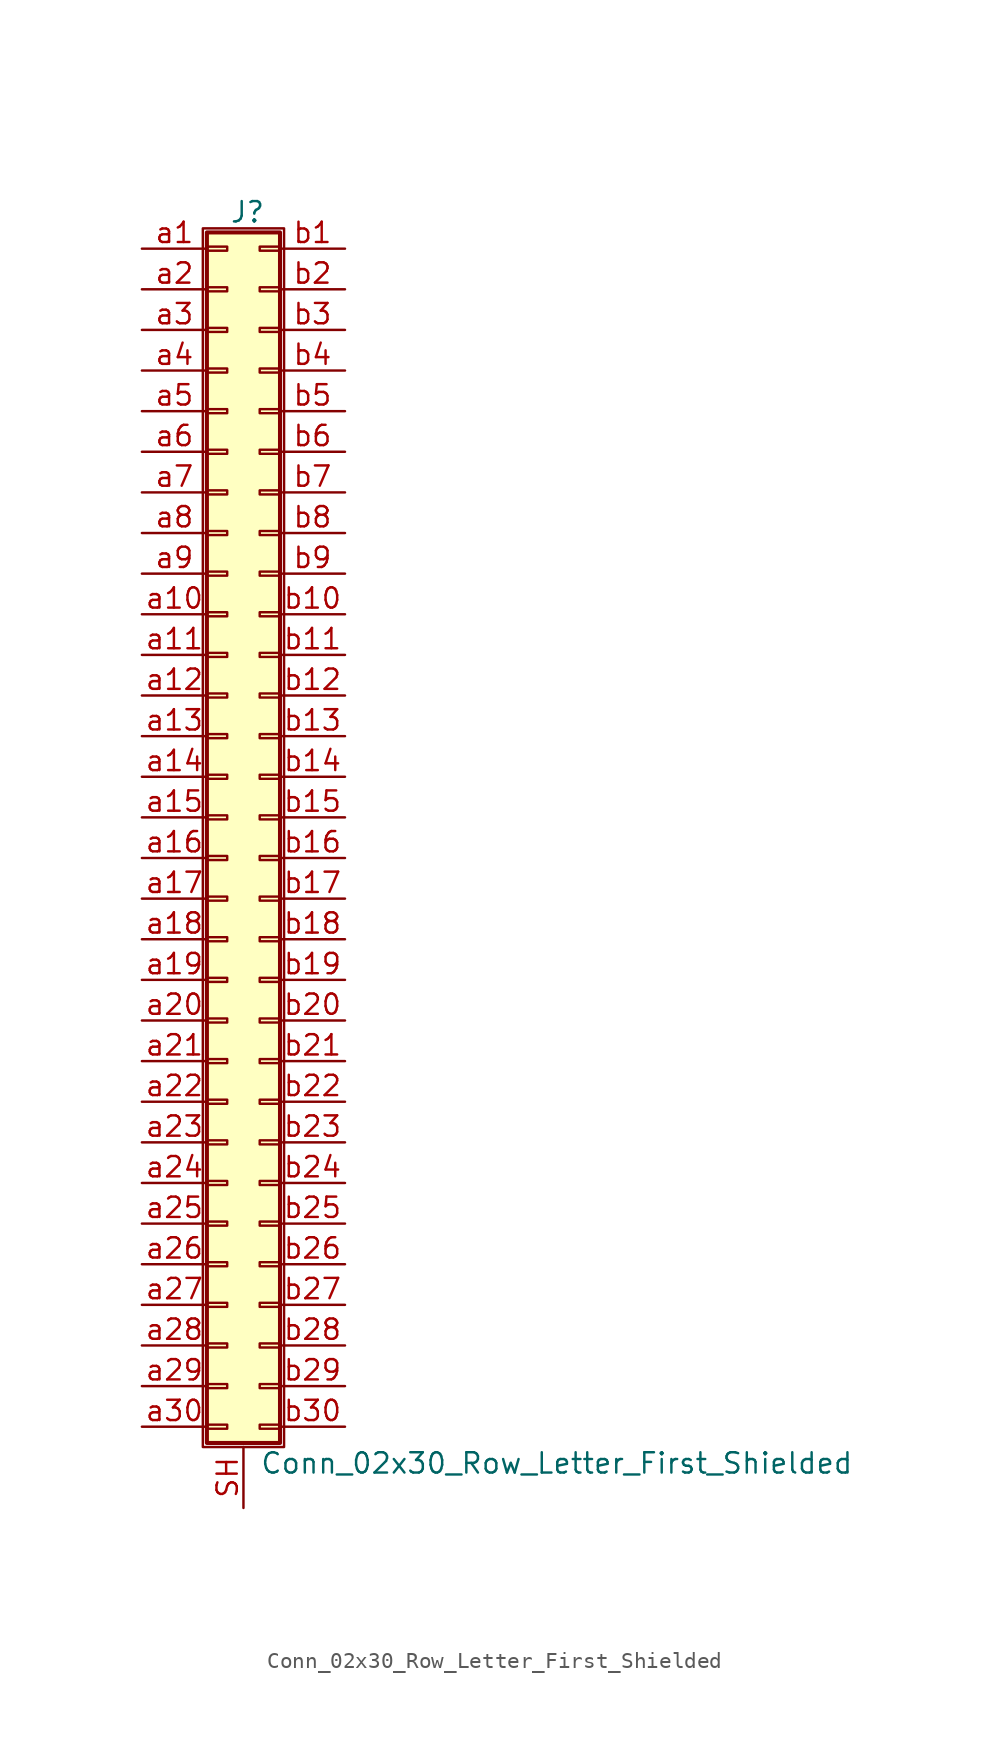
<source format=kicad_sym>
(kicad_symbol_lib
  (version 20201005)
  (generator kicad_symbol_editor)
  (symbol "Conn_02x30_Row_Letter_First_Shielded"
    (pin_names
      (offset 1.016) hide)
    (property "Reference" "J"
      (at 1.524 37.846 0)
      (effects (font (size 1.27 1.27))))
    (property "Value" "Conn_02x30_Row_Letter_First_Shielded"
      (at 2.286 -40.386 0)
      (effects (font (size 1.27 1.27)) (justify left)))
    (symbol "Conn_02x30_Row_Letter_First_Shielded_1_1"
      (rectangle (start -1.27 36.83) (end 3.81 -39.37) (stroke (width 0.152)) (fill (type none)))
      (rectangle (start -1.016 -37.973) (end 0.254 -38.227) (stroke (width 0.152)) (fill (type none)))
      (rectangle (start -1.016 -35.433) (end 0.254 -35.687) (stroke (width 0.152)) (fill (type none)))
      (rectangle (start -1.016 -32.893) (end 0.254 -33.147) (stroke (width 0.152)) (fill (type none)))
      (rectangle (start -1.016 -30.353) (end 0.254 -30.607) (stroke (width 0.152)) (fill (type none)))
      (rectangle (start -1.016 -27.813) (end 0.254 -28.067) (stroke (width 0.152)) (fill (type none)))
      (rectangle (start -1.016 -25.273) (end 0.254 -25.527) (stroke (width 0.152)) (fill (type none)))
      (rectangle (start -1.016 -22.733) (end 0.254 -22.987) (stroke (width 0.152)) (fill (type none)))
      (rectangle (start -1.016 -20.193) (end 0.254 -20.447) (stroke (width 0.152)) (fill (type none)))
      (rectangle (start -1.016 -17.653) (end 0.254 -17.907) (stroke (width 0.152)) (fill (type none)))
      (rectangle (start -1.016 -15.113) (end 0.254 -15.367) (stroke (width 0.152)) (fill (type none)))
      (rectangle (start -1.016 -12.573) (end 0.254 -12.827) (stroke (width 0.152)) (fill (type none)))
      (rectangle (start -1.016 -10.033) (end 0.254 -10.287) (stroke (width 0.152)) (fill (type none)))
      (rectangle (start -1.016 -7.493) (end 0.254 -7.747) (stroke (width 0.152)) (fill (type none)))
      (rectangle (start -1.016 -4.953) (end 0.254 -5.207) (stroke (width 0.152)) (fill (type none)))
      (rectangle (start -1.016 -2.413) (end 0.254 -2.667) (stroke (width 0.152)) (fill (type none)))
      (rectangle (start -1.016 0.127) (end 0.254 -0.127) (stroke (width 0.152)) (fill (type none)))
      (rectangle (start -1.016 2.667) (end 0.254 2.413) (stroke (width 0.152)) (fill (type none)))
      (rectangle (start -1.016 5.207) (end 0.254 4.953) (stroke (width 0.152)) (fill (type none)))
      (rectangle (start -1.016 7.747) (end 0.254 7.493) (stroke (width 0.152)) (fill (type none)))
      (rectangle (start -1.016 10.287) (end 0.254 10.033) (stroke (width 0.152)) (fill (type none)))
      (rectangle (start -1.016 12.827) (end 0.254 12.573) (stroke (width 0.152)) (fill (type none)))
      (rectangle (start -1.016 15.367) (end 0.254 15.113) (stroke (width 0.152)) (fill (type none)))
      (rectangle (start -1.016 17.907) (end 0.254 17.653) (stroke (width 0.152)) (fill (type none)))
      (rectangle (start -1.016 20.447) (end 0.254 20.193) (stroke (width 0.152)) (fill (type none)))
      (rectangle (start -1.016 22.987) (end 0.254 22.733) (stroke (width 0.152)) (fill (type none)))
      (rectangle (start -1.016 25.527) (end 0.254 25.273) (stroke (width 0.152)) (fill (type none)))
      (rectangle (start -1.016 28.067) (end 0.254 27.813) (stroke (width 0.152)) (fill (type none)))
      (rectangle (start -1.016 30.607) (end 0.254 30.353) (stroke (width 0.152)) (fill (type none)))
      (rectangle (start -1.016 33.147) (end 0.254 32.893) (stroke (width 0.152)) (fill (type none)))
      (rectangle (start -1.016 35.687) (end 0.254 35.433) (stroke (width 0.152)) (fill (type none)))
      (rectangle (start -1.016 36.576) (end 3.556 -39.116) (stroke (width 0.254)) (fill (type background)))
      (rectangle (start 3.556 -37.973) (end 2.286 -38.227) (stroke (width 0.152)) (fill (type none)))
      (rectangle (start 3.556 -35.433) (end 2.286 -35.687) (stroke (width 0.152)) (fill (type none)))
      (rectangle (start 3.556 -32.893) (end 2.286 -33.147) (stroke (width 0.152)) (fill (type none)))
      (rectangle (start 3.556 -30.353) (end 2.286 -30.607) (stroke (width 0.152)) (fill (type none)))
      (rectangle (start 3.556 -27.813) (end 2.286 -28.067) (stroke (width 0.152)) (fill (type none)))
      (rectangle (start 3.556 -25.273) (end 2.286 -25.527) (stroke (width 0.152)) (fill (type none)))
      (rectangle (start 3.556 -22.733) (end 2.286 -22.987) (stroke (width 0.152)) (fill (type none)))
      (rectangle (start 3.556 -20.193) (end 2.286 -20.447) (stroke (width 0.152)) (fill (type none)))
      (rectangle (start 3.556 -17.653) (end 2.286 -17.907) (stroke (width 0.152)) (fill (type none)))
      (rectangle (start 3.556 -15.113) (end 2.286 -15.367) (stroke (width 0.152)) (fill (type none)))
      (rectangle (start 3.556 -12.573) (end 2.286 -12.827) (stroke (width 0.152)) (fill (type none)))
      (rectangle (start 3.556 -10.033) (end 2.286 -10.287) (stroke (width 0.152)) (fill (type none)))
      (rectangle (start 3.556 -7.493) (end 2.286 -7.747) (stroke (width 0.152)) (fill (type none)))
      (rectangle (start 3.556 -4.953) (end 2.286 -5.207) (stroke (width 0.152)) (fill (type none)))
      (rectangle (start 3.556 -2.413) (end 2.286 -2.667) (stroke (width 0.152)) (fill (type none)))
      (rectangle (start 3.556 0.127) (end 2.286 -0.127) (stroke (width 0.152)) (fill (type none)))
      (rectangle (start 3.556 2.667) (end 2.286 2.413) (stroke (width 0.152)) (fill (type none)))
      (rectangle (start 3.556 5.207) (end 2.286 4.953) (stroke (width 0.152)) (fill (type none)))
      (rectangle (start 3.556 7.747) (end 2.286 7.493) (stroke (width 0.152)) (fill (type none)))
      (rectangle (start 3.556 10.287) (end 2.286 10.033) (stroke (width 0.152)) (fill (type none)))
      (rectangle (start 3.556 12.827) (end 2.286 12.573) (stroke (width 0.152)) (fill (type none)))
      (rectangle (start 3.556 15.367) (end 2.286 15.113) (stroke (width 0.152)) (fill (type none)))
      (rectangle (start 3.556 17.907) (end 2.286 17.653) (stroke (width 0.152)) (fill (type none)))
      (rectangle (start 3.556 20.447) (end 2.286 20.193) (stroke (width 0.152)) (fill (type none)))
      (rectangle (start 3.556 22.987) (end 2.286 22.733) (stroke (width 0.152)) (fill (type none)))
      (rectangle (start 3.556 25.527) (end 2.286 25.273) (stroke (width 0.152)) (fill (type none)))
      (rectangle (start 3.556 28.067) (end 2.286 27.813) (stroke (width 0.152)) (fill (type none)))
      (rectangle (start 3.556 30.607) (end 2.286 30.353) (stroke (width 0.152)) (fill (type none)))
      (rectangle (start 3.556 33.147) (end 2.286 32.893) (stroke (width 0.152)) (fill (type none)))
      (rectangle (start 3.556 35.687) (end 2.286 35.433) (stroke (width 0.152)) (fill (type none)))
      (pin passive line (at 1.27 -43.18 90) (length 3.81) (name "Shield" (effects (font (size 1.27 1.27)))) (number "SH" (effects (font (size 1.27 1.27)))))
      (pin passive line (at -5.08 35.56 0) (length 4.064) (name "Pin_a1" (effects (font (size 1.27 1.27)))) (number "a1" (effects (font (size 1.27 1.27)))))
      (pin passive line (at -5.08 12.7 0) (length 4.064) (name "Pin_a10" (effects (font (size 1.27 1.27)))) (number "a10" (effects (font (size 1.27 1.27)))))
      (pin passive line (at -5.08 10.16 0) (length 4.064) (name "Pin_a11" (effects (font (size 1.27 1.27)))) (number "a11" (effects (font (size 1.27 1.27)))))
      (pin passive line (at -5.08 7.62 0) (length 4.064) (name "Pin_a12" (effects (font (size 1.27 1.27)))) (number "a12" (effects (font (size 1.27 1.27)))))
      (pin passive line (at -5.08 5.08 0) (length 4.064) (name "Pin_a13" (effects (font (size 1.27 1.27)))) (number "a13" (effects (font (size 1.27 1.27)))))
      (pin passive line (at -5.08 2.54 0) (length 4.064) (name "Pin_a14" (effects (font (size 1.27 1.27)))) (number "a14" (effects (font (size 1.27 1.27)))))
      (pin passive line (at -5.08 0 0) (length 4.064) (name "Pin_a15" (effects (font (size 1.27 1.27)))) (number "a15" (effects (font (size 1.27 1.27)))))
      (pin passive line (at -5.08 -2.54 0) (length 4.064) (name "Pin_a16" (effects (font (size 1.27 1.27)))) (number "a16" (effects (font (size 1.27 1.27)))))
      (pin passive line (at -5.08 -5.08 0) (length 4.064) (name "Pin_a17" (effects (font (size 1.27 1.27)))) (number "a17" (effects (font (size 1.27 1.27)))))
      (pin passive line (at -5.08 -7.62 0) (length 4.064) (name "Pin_a18" (effects (font (size 1.27 1.27)))) (number "a18" (effects (font (size 1.27 1.27)))))
      (pin passive line (at -5.08 -10.16 0) (length 4.064) (name "Pin_a19" (effects (font (size 1.27 1.27)))) (number "a19" (effects (font (size 1.27 1.27)))))
      (pin passive line (at -5.08 33.02 0) (length 4.064) (name "Pin_a2" (effects (font (size 1.27 1.27)))) (number "a2" (effects (font (size 1.27 1.27)))))
      (pin passive line (at -5.08 -12.7 0) (length 4.064) (name "Pin_a20" (effects (font (size 1.27 1.27)))) (number "a20" (effects (font (size 1.27 1.27)))))
      (pin passive line (at -5.08 -15.24 0) (length 4.064) (name "Pin_a21" (effects (font (size 1.27 1.27)))) (number "a21" (effects (font (size 1.27 1.27)))))
      (pin passive line (at -5.08 -17.78 0) (length 4.064) (name "Pin_a22" (effects (font (size 1.27 1.27)))) (number "a22" (effects (font (size 1.27 1.27)))))
      (pin passive line (at -5.08 -20.32 0) (length 4.064) (name "Pin_a23" (effects (font (size 1.27 1.27)))) (number "a23" (effects (font (size 1.27 1.27)))))
      (pin passive line (at -5.08 -22.86 0) (length 4.064) (name "Pin_a24" (effects (font (size 1.27 1.27)))) (number "a24" (effects (font (size 1.27 1.27)))))
      (pin passive line (at -5.08 -25.4 0) (length 4.064) (name "Pin_a25" (effects (font (size 1.27 1.27)))) (number "a25" (effects (font (size 1.27 1.27)))))
      (pin passive line (at -5.08 -27.94 0) (length 4.064) (name "Pin_a26" (effects (font (size 1.27 1.27)))) (number "a26" (effects (font (size 1.27 1.27)))))
      (pin passive line (at -5.08 -30.48 0) (length 4.064) (name "Pin_a27" (effects (font (size 1.27 1.27)))) (number "a27" (effects (font (size 1.27 1.27)))))
      (pin passive line (at -5.08 -33.02 0) (length 4.064) (name "Pin_a28" (effects (font (size 1.27 1.27)))) (number "a28" (effects (font (size 1.27 1.27)))))
      (pin passive line (at -5.08 -35.56 0) (length 4.064) (name "Pin_a29" (effects (font (size 1.27 1.27)))) (number "a29" (effects (font (size 1.27 1.27)))))
      (pin passive line (at -5.08 30.48 0) (length 4.064) (name "Pin_a3" (effects (font (size 1.27 1.27)))) (number "a3" (effects (font (size 1.27 1.27)))))
      (pin passive line (at -5.08 -38.1 0) (length 4.064) (name "Pin_a30" (effects (font (size 1.27 1.27)))) (number "a30" (effects (font (size 1.27 1.27)))))
      (pin passive line (at -5.08 27.94 0) (length 4.064) (name "Pin_a4" (effects (font (size 1.27 1.27)))) (number "a4" (effects (font (size 1.27 1.27)))))
      (pin passive line (at -5.08 25.4 0) (length 4.064) (name "Pin_a5" (effects (font (size 1.27 1.27)))) (number "a5" (effects (font (size 1.27 1.27)))))
      (pin passive line (at -5.08 22.86 0) (length 4.064) (name "Pin_a6" (effects (font (size 1.27 1.27)))) (number "a6" (effects (font (size 1.27 1.27)))))
      (pin passive line (at -5.08 20.32 0) (length 4.064) (name "Pin_a7" (effects (font (size 1.27 1.27)))) (number "a7" (effects (font (size 1.27 1.27)))))
      (pin passive line (at -5.08 17.78 0) (length 4.064) (name "Pin_a8" (effects (font (size 1.27 1.27)))) (number "a8" (effects (font (size 1.27 1.27)))))
      (pin passive line (at -5.08 15.24 0) (length 4.064) (name "Pin_a9" (effects (font (size 1.27 1.27)))) (number "a9" (effects (font (size 1.27 1.27)))))
      (pin passive line (at 7.62 35.56 180) (length 4.064) (name "Pin_b1" (effects (font (size 1.27 1.27)))) (number "b1" (effects (font (size 1.27 1.27)))))
      (pin passive line (at 7.62 12.7 180) (length 4.064) (name "Pin_b10" (effects (font (size 1.27 1.27)))) (number "b10" (effects (font (size 1.27 1.27)))))
      (pin passive line (at 7.62 10.16 180) (length 4.064) (name "Pin_b11" (effects (font (size 1.27 1.27)))) (number "b11" (effects (font (size 1.27 1.27)))))
      (pin passive line (at 7.62 7.62 180) (length 4.064) (name "Pin_b12" (effects (font (size 1.27 1.27)))) (number "b12" (effects (font (size 1.27 1.27)))))
      (pin passive line (at 7.62 5.08 180) (length 4.064) (name "Pin_b13" (effects (font (size 1.27 1.27)))) (number "b13" (effects (font (size 1.27 1.27)))))
      (pin passive line (at 7.62 2.54 180) (length 4.064) (name "Pin_b14" (effects (font (size 1.27 1.27)))) (number "b14" (effects (font (size 1.27 1.27)))))
      (pin passive line (at 7.62 0 180) (length 4.064) (name "Pin_b15" (effects (font (size 1.27 1.27)))) (number "b15" (effects (font (size 1.27 1.27)))))
      (pin passive line (at 7.62 -2.54 180) (length 4.064) (name "Pin_b16" (effects (font (size 1.27 1.27)))) (number "b16" (effects (font (size 1.27 1.27)))))
      (pin passive line (at 7.62 -5.08 180) (length 4.064) (name "Pin_b17" (effects (font (size 1.27 1.27)))) (number "b17" (effects (font (size 1.27 1.27)))))
      (pin passive line (at 7.62 -7.62 180) (length 4.064) (name "Pin_b18" (effects (font (size 1.27 1.27)))) (number "b18" (effects (font (size 1.27 1.27)))))
      (pin passive line (at 7.62 -10.16 180) (length 4.064) (name "Pin_b19" (effects (font (size 1.27 1.27)))) (number "b19" (effects (font (size 1.27 1.27)))))
      (pin passive line (at 7.62 33.02 180) (length 4.064) (name "Pin_b2" (effects (font (size 1.27 1.27)))) (number "b2" (effects (font (size 1.27 1.27)))))
      (pin passive line (at 7.62 -12.7 180) (length 4.064) (name "Pin_b20" (effects (font (size 1.27 1.27)))) (number "b20" (effects (font (size 1.27 1.27)))))
      (pin passive line (at 7.62 -15.24 180) (length 4.064) (name "Pin_b21" (effects (font (size 1.27 1.27)))) (number "b21" (effects (font (size 1.27 1.27)))))
      (pin passive line (at 7.62 -17.78 180) (length 4.064) (name "Pin_b22" (effects (font (size 1.27 1.27)))) (number "b22" (effects (font (size 1.27 1.27)))))
      (pin passive line (at 7.62 -20.32 180) (length 4.064) (name "Pin_b23" (effects (font (size 1.27 1.27)))) (number "b23" (effects (font (size 1.27 1.27)))))
      (pin passive line (at 7.62 -22.86 180) (length 4.064) (name "Pin_b24" (effects (font (size 1.27 1.27)))) (number "b24" (effects (font (size 1.27 1.27)))))
      (pin passive line (at 7.62 -25.4 180) (length 4.064) (name "Pin_b25" (effects (font (size 1.27 1.27)))) (number "b25" (effects (font (size 1.27 1.27)))))
      (pin passive line (at 7.62 -27.94 180) (length 4.064) (name "Pin_b26" (effects (font (size 1.27 1.27)))) (number "b26" (effects (font (size 1.27 1.27)))))
      (pin passive line (at 7.62 -30.48 180) (length 4.064) (name "Pin_b27" (effects (font (size 1.27 1.27)))) (number "b27" (effects (font (size 1.27 1.27)))))
      (pin passive line (at 7.62 -33.02 180) (length 4.064) (name "Pin_b28" (effects (font (size 1.27 1.27)))) (number "b28" (effects (font (size 1.27 1.27)))))
      (pin passive line (at 7.62 -35.56 180) (length 4.064) (name "Pin_b29" (effects (font (size 1.27 1.27)))) (number "b29" (effects (font (size 1.27 1.27)))))
      (pin passive line (at 7.62 30.48 180) (length 4.064) (name "Pin_b3" (effects (font (size 1.27 1.27)))) (number "b3" (effects (font (size 1.27 1.27)))))
      (pin passive line (at 7.62 -38.1 180) (length 4.064) (name "Pin_b30" (effects (font (size 1.27 1.27)))) (number "b30" (effects (font (size 1.27 1.27)))))
      (pin passive line (at 7.62 27.94 180) (length 4.064) (name "Pin_b4" (effects (font (size 1.27 1.27)))) (number "b4" (effects (font (size 1.27 1.27)))))
      (pin passive line (at 7.62 25.4 180) (length 4.064) (name "Pin_b5" (effects (font (size 1.27 1.27)))) (number "b5" (effects (font (size 1.27 1.27)))))
      (pin passive line (at 7.62 22.86 180) (length 4.064) (name "Pin_b6" (effects (font (size 1.27 1.27)))) (number "b6" (effects (font (size 1.27 1.27)))))
      (pin passive line (at 7.62 20.32 180) (length 4.064) (name "Pin_b7" (effects (font (size 1.27 1.27)))) (number "b7" (effects (font (size 1.27 1.27)))))
      (pin passive line (at 7.62 17.78 180) (length 4.064) (name "Pin_b8" (effects (font (size 1.27 1.27)))) (number "b8" (effects (font (size 1.27 1.27)))))
      (pin passive line (at 7.62 15.24 180) (length 4.064) (name "Pin_b9" (effects (font (size 1.27 1.27)))) (number "b9" (effects (font (size 1.27 1.27))))))))
</source>
